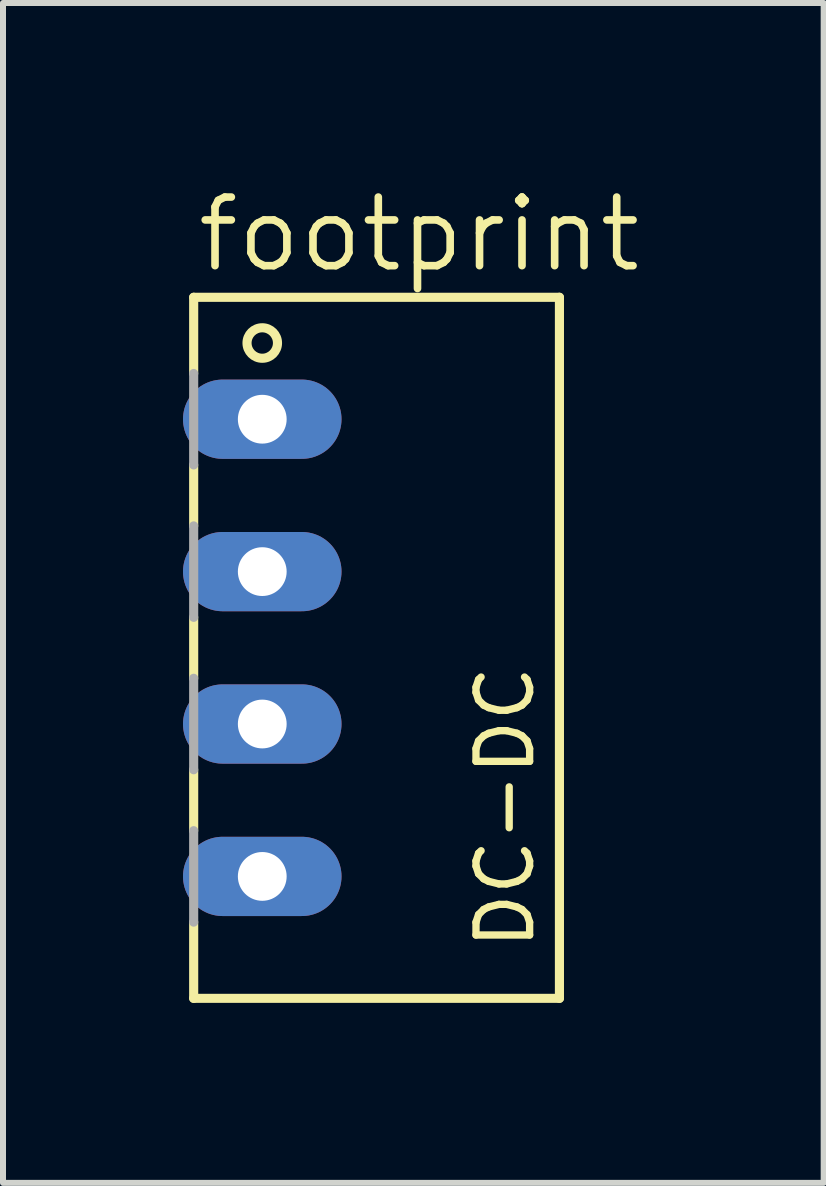
<source format=kicad_pcb>
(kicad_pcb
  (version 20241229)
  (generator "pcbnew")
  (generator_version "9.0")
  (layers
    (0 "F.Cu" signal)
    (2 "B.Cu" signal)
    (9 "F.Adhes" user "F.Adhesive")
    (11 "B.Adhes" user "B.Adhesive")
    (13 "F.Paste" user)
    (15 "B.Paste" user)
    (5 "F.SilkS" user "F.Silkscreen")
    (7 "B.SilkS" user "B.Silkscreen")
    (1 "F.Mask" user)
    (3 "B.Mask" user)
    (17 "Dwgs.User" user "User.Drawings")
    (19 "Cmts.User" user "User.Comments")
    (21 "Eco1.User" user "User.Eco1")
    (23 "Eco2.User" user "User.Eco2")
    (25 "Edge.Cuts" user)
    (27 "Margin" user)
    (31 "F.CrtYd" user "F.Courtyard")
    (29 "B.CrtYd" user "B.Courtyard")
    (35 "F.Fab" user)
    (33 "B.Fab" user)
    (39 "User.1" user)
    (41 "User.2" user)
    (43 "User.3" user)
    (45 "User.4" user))
  (footprint "footprint"
    (layer "F.Cu")
    (at 1.321 7.747)
    (property "Reference" "footprint" (at -1.143 -6.223 0) (layer "F.SilkS") (effects (font (size 1.143 1.143) (thickness 0.127)) (justify left bottom)))
    (fp_line (start -1.143 -5.842) (end 4.953 -5.842) (stroke (width 0.152) (type solid)) (layer "F.SilkS"))
    (fp_line (start -1.143 -4.572) (end -1.143 -5.842) (stroke (width 0.152) (type solid)) (layer "F.SilkS"))
    (fp_line (start -1.143 -2.032) (end -1.143 -3.048) (stroke (width 0.152) (type solid)) (layer "F.SilkS"))
    (fp_line (start -1.143 0.508) (end -1.143 -0.508) (stroke (width 0.152) (type solid)) (layer "F.SilkS"))
    (fp_line (start -1.143 3.048) (end -1.143 2.032) (stroke (width 0.152) (type solid)) (layer "F.SilkS"))
    (fp_line (start -1.143 5.842) (end -1.143 4.572) (stroke (width 0.152) (type solid)) (layer "F.SilkS"))
    (fp_line (start 4.953 -5.842) (end 4.953 5.842) (stroke (width 0.152) (type solid)) (layer "F.SilkS"))
    (fp_line (start 4.953 5.842) (end -1.143 5.842) (stroke (width 0.152) (type solid)) (layer "F.SilkS"))
    (fp_circle (center 0 -5.08) (end 0.254 -5.08) (stroke (width 0.152) (type solid)) (fill no) (layer "F.SilkS"))
    (fp_line (start -1.143 -3.048) (end -1.143 -4.572) (stroke (width 0.152) (type solid)) (layer "F.Fab"))
    (fp_line (start -1.143 -0.508) (end -1.143 -2.032) (stroke (width 0.152) (type solid)) (layer "F.Fab"))
    (fp_line (start -1.143 2.032) (end -1.143 0.508) (stroke (width 0.152) (type solid)) (layer "F.Fab"))
    (fp_line (start -1.143 4.572) (end -1.143 3.048) (stroke (width 0.152) (type solid)) (layer "F.Fab"))
    (fp_text user "DC-DC" (at 4.572 5.08 90) (layer "F.SilkS") (effects (font (size 0.894 0.894) (thickness 0.122)) (justify left bottom)))
    (pad "1" thru_hole oval (at 0 -3.81) (size 2.642 1.321) (drill 0.813) (layers "*.Cu" "*.Mask"))
    (pad "2" thru_hole oval (at 0 -1.27) (size 2.642 1.321) (drill 0.813) (layers "*.Cu" "*.Mask"))
    (pad "3" thru_hole oval (at 0 1.27) (size 2.642 1.321) (drill 0.813) (layers "*.Cu" "*.Mask"))
    (pad "4" thru_hole oval (at 0 3.81) (size 2.642 1.321) (drill 0.813) (layers "*.Cu" "*.Mask")))
  (gr_rect
    (start -3 -3)
    (end 10.678 16.665)
    (stroke (width 0.1) (type default))
    (fill no)
    (layer "Edge.Cuts")))
</source>
